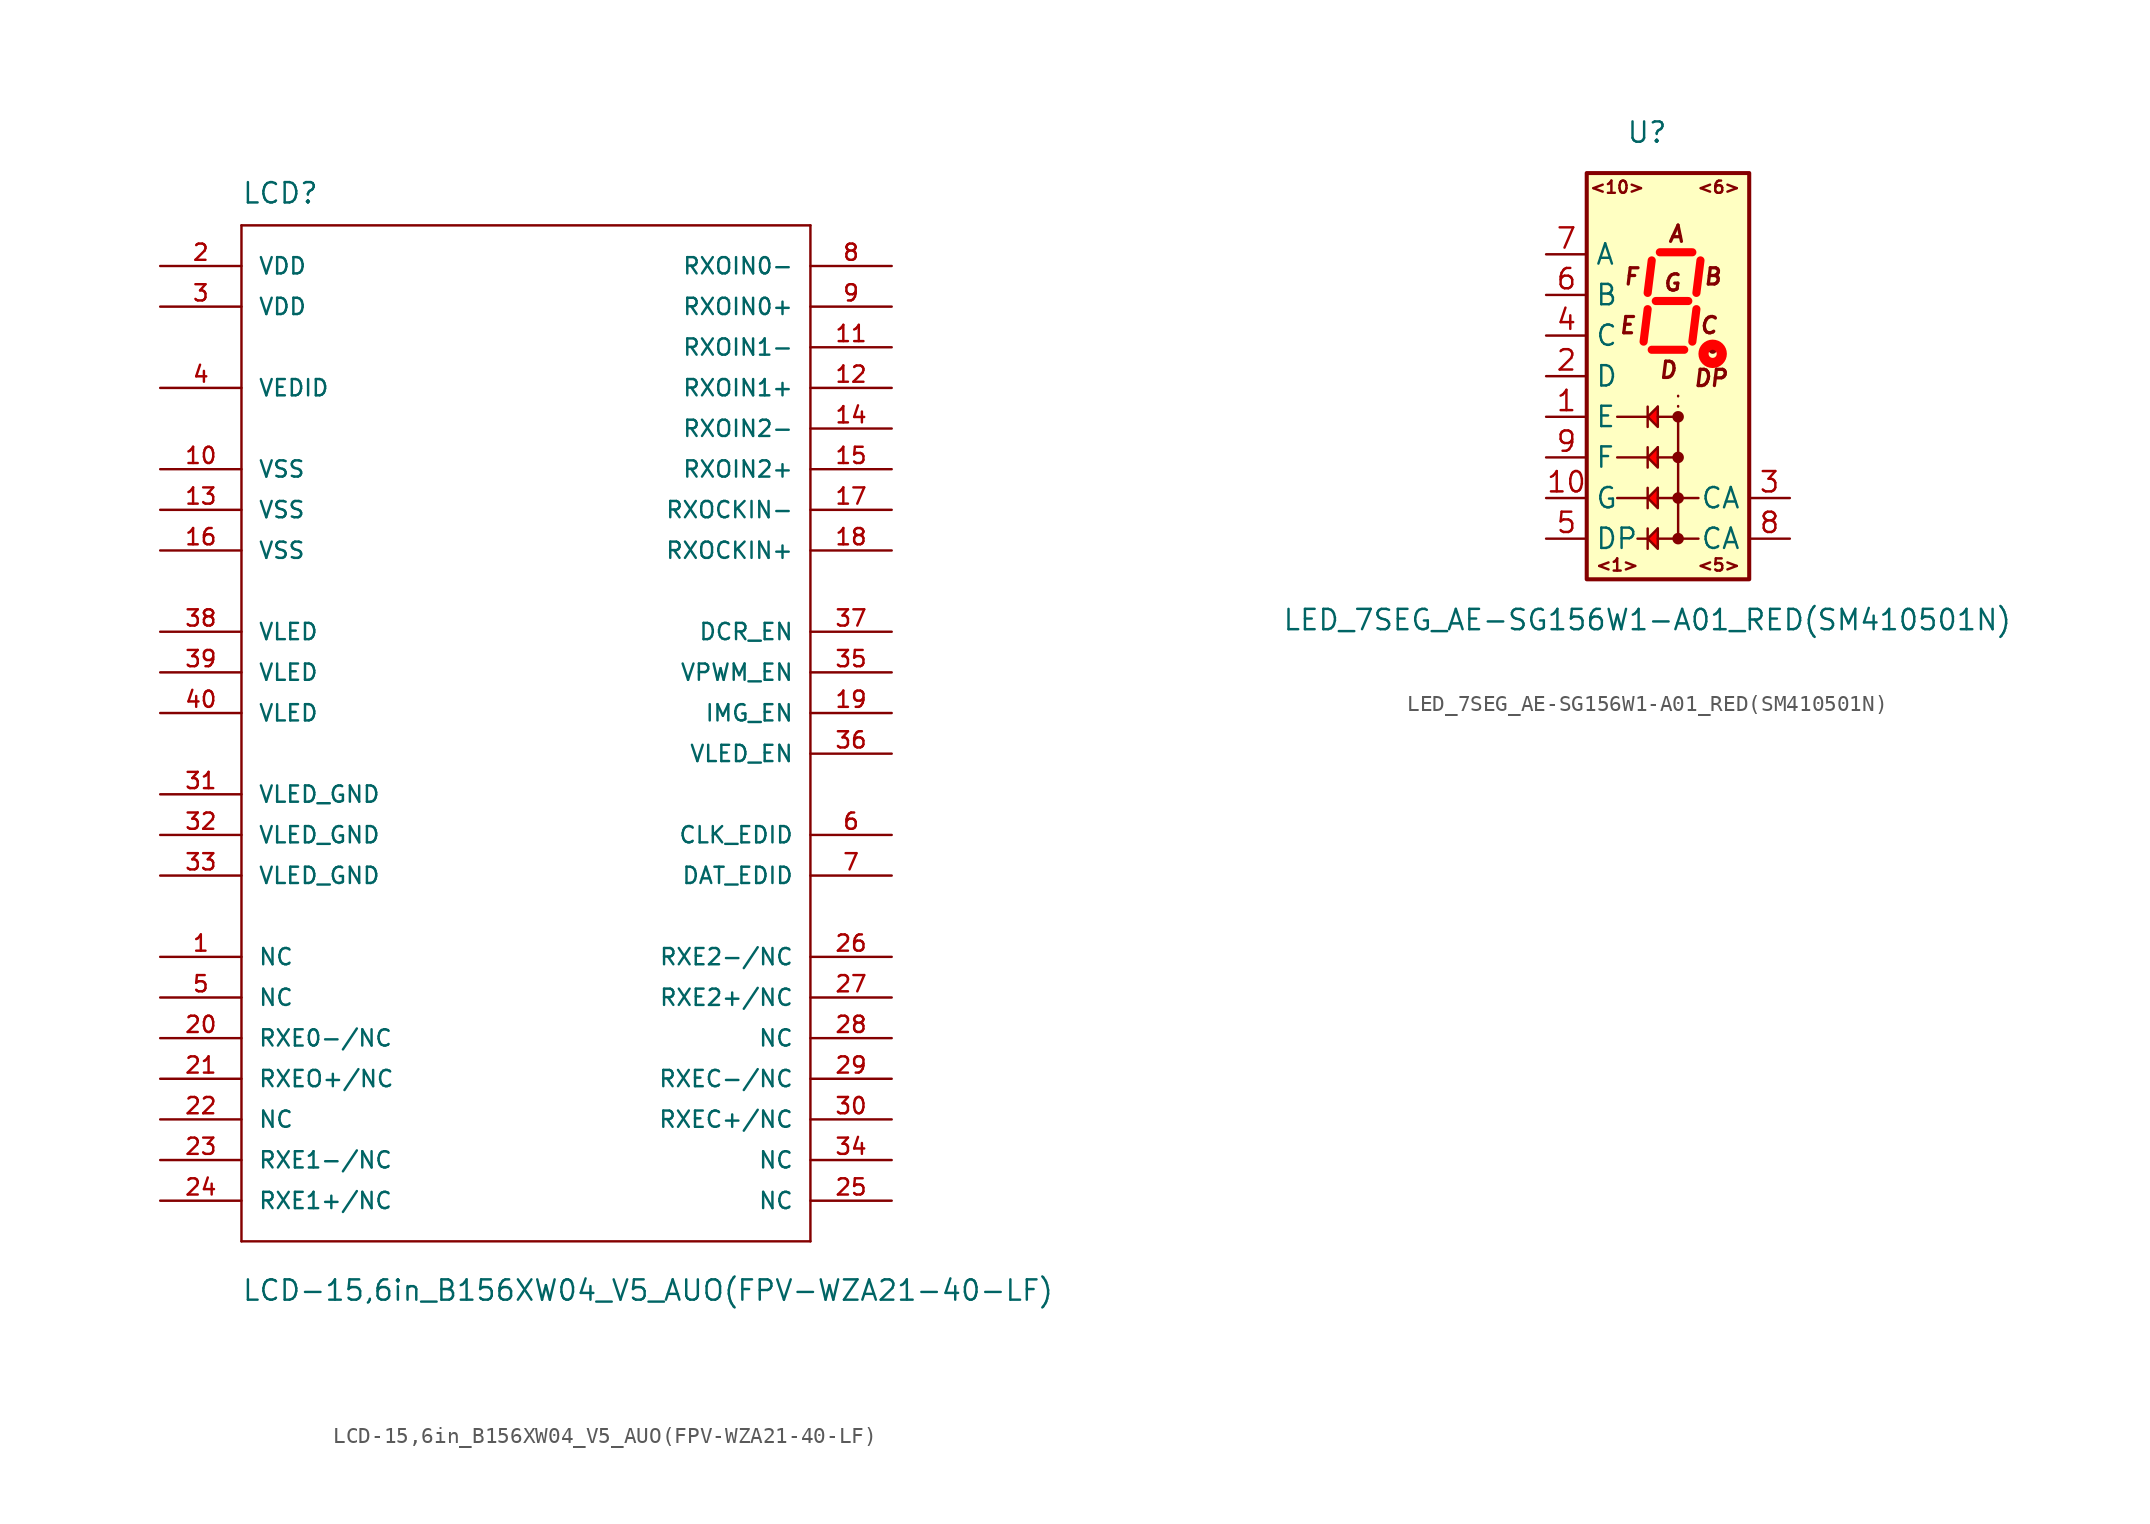
<source format=kicad_sym>
(kicad_symbol_lib
  (version 20220914)
  (generator kicad_symbol_editor)
  (symbol "LCD-15,6in_B156XW04_V5_AUO(FPV-WZA21-40-LF)"
    (pin_names
      (offset 1.016))
    (property "Reference" "LCD"
      (at -17.78 31.75 0)
      (effects (font (size 1.27 1.27)) (justify left bottom)))
    (property "Value" "LCD-15,6in_B156XW04_V5_AUO(FPV-WZA21-40-LF)"
      (at -17.78 -36.83 0)
      (effects (font (size 1.27 1.27)) (justify left bottom)))
    (property "ki_locked" ""
      (at 0 0 0)
      (effects (font (size 1.27 1.27))))
    (symbol "LCD-15,6in_B156XW04_V5_AUO(FPV-WZA21-40-LF)_1_0"
      (polyline (pts (xy -17.78 -33.02) (xy 17.78 -33.02)) (stroke (width 0) (type solid)) (fill (type none)))
      (polyline (pts (xy -17.78 30.48) (xy -17.78 -33.02)) (stroke (width 0) (type solid)) (fill (type none)))
      (polyline (pts (xy 17.78 -33.02) (xy 17.78 30.48)) (stroke (width 0) (type solid)) (fill (type none)))
      (polyline (pts (xy 17.78 30.48) (xy -17.78 30.48)) (stroke (width 0) (type solid)) (fill (type none))))
    (symbol "LCD-15,6in_B156XW04_V5_AUO(FPV-WZA21-40-LF)_1_1"
      (pin unspecified line (at -22.86 -15.24 0) (length 5.08) (name "NC" (effects (font (size 1.016 1.016)))) (number "1" (effects (font (size 1.016 1.016)))))
      (pin power_in line (at -22.86 15.24 0) (length 5.08) (name "VSS" (effects (font (size 1.016 1.016)))) (number "10" (effects (font (size 1.016 1.016)))))
      (pin input line (at 22.86 22.86 180) (length 5.08) (name "RXOIN1-" (effects (font (size 1.016 1.016)))) (number "11" (effects (font (size 1.016 1.016)))))
      (pin input line (at 22.86 20.32 180) (length 5.08) (name "RXOIN1+" (effects (font (size 1.016 1.016)))) (number "12" (effects (font (size 1.016 1.016)))))
      (pin power_in line (at -22.86 12.7 0) (length 5.08) (name "VSS" (effects (font (size 1.016 1.016)))) (number "13" (effects (font (size 1.016 1.016)))))
      (pin input line (at 22.86 17.78 180) (length 5.08) (name "RXOIN2-" (effects (font (size 1.016 1.016)))) (number "14" (effects (font (size 1.016 1.016)))))
      (pin input line (at 22.86 15.24 180) (length 5.08) (name "RXOIN2+" (effects (font (size 1.016 1.016)))) (number "15" (effects (font (size 1.016 1.016)))))
      (pin power_in line (at -22.86 10.16 0) (length 5.08) (name "VSS" (effects (font (size 1.016 1.016)))) (number "16" (effects (font (size 1.016 1.016)))))
      (pin input line (at 22.86 12.7 180) (length 5.08) (name "RXOCKIN-" (effects (font (size 1.016 1.016)))) (number "17" (effects (font (size 1.016 1.016)))))
      (pin input line (at 22.86 10.16 180) (length 5.08) (name "RXOCKIN+" (effects (font (size 1.016 1.016)))) (number "18" (effects (font (size 1.016 1.016)))))
      (pin input line (at 22.86 0 180) (length 5.08) (name "IMG_EN" (effects (font (size 1.016 1.016)))) (number "19" (effects (font (size 1.016 1.016)))))
      (pin power_in line (at -22.86 27.94 0) (length 5.08) (name "VDD" (effects (font (size 1.016 1.016)))) (number "2" (effects (font (size 1.016 1.016)))))
      (pin unspecified line (at -22.86 -20.32 0) (length 5.08) (name "RXE0-/NC" (effects (font (size 1.016 1.016)))) (number "20" (effects (font (size 1.016 1.016)))))
      (pin unspecified line (at -22.86 -22.86 0) (length 5.08) (name "RXEO+/NC" (effects (font (size 1.016 1.016)))) (number "21" (effects (font (size 1.016 1.016)))))
      (pin unspecified line (at -22.86 -25.4 0) (length 5.08) (name "NC" (effects (font (size 1.016 1.016)))) (number "22" (effects (font (size 1.016 1.016)))))
      (pin unspecified line (at -22.86 -27.94 0) (length 5.08) (name "RXE1-/NC" (effects (font (size 1.016 1.016)))) (number "23" (effects (font (size 1.016 1.016)))))
      (pin unspecified line (at -22.86 -30.48 0) (length 5.08) (name "RXE1+/NC" (effects (font (size 1.016 1.016)))) (number "24" (effects (font (size 1.016 1.016)))))
      (pin unspecified line (at 22.86 -30.48 180) (length 5.08) (name "NC" (effects (font (size 1.016 1.016)))) (number "25" (effects (font (size 1.016 1.016)))))
      (pin unspecified line (at 22.86 -15.24 180) (length 5.08) (name "RXE2-/NC" (effects (font (size 1.016 1.016)))) (number "26" (effects (font (size 1.016 1.016)))))
      (pin unspecified line (at 22.86 -17.78 180) (length 5.08) (name "RXE2+/NC" (effects (font (size 1.016 1.016)))) (number "27" (effects (font (size 1.016 1.016)))))
      (pin unspecified line (at 22.86 -20.32 180) (length 5.08) (name "NC" (effects (font (size 1.016 1.016)))) (number "28" (effects (font (size 1.016 1.016)))))
      (pin unspecified line (at 22.86 -22.86 180) (length 5.08) (name "RXEC-/NC" (effects (font (size 1.016 1.016)))) (number "29" (effects (font (size 1.016 1.016)))))
      (pin power_in line (at -22.86 25.4 0) (length 5.08) (name "VDD" (effects (font (size 1.016 1.016)))) (number "3" (effects (font (size 1.016 1.016)))))
      (pin unspecified line (at 22.86 -25.4 180) (length 5.08) (name "RXEC+/NC" (effects (font (size 1.016 1.016)))) (number "30" (effects (font (size 1.016 1.016)))))
      (pin input line (at -22.86 -5.08 0) (length 5.08) (name "VLED_GND" (effects (font (size 1.016 1.016)))) (number "31" (effects (font (size 1.016 1.016)))))
      (pin input line (at -22.86 -7.62 0) (length 5.08) (name "VLED_GND" (effects (font (size 1.016 1.016)))) (number "32" (effects (font (size 1.016 1.016)))))
      (pin input line (at -22.86 -10.16 0) (length 5.08) (name "VLED_GND" (effects (font (size 1.016 1.016)))) (number "33" (effects (font (size 1.016 1.016)))))
      (pin unspecified line (at 22.86 -27.94 180) (length 5.08) (name "NC" (effects (font (size 1.016 1.016)))) (number "34" (effects (font (size 1.016 1.016)))))
      (pin input line (at 22.86 2.54 180) (length 5.08) (name "VPWM_EN" (effects (font (size 1.016 1.016)))) (number "35" (effects (font (size 1.016 1.016)))))
      (pin input line (at 22.86 -2.54 180) (length 5.08) (name "VLED_EN" (effects (font (size 1.016 1.016)))) (number "36" (effects (font (size 1.016 1.016)))))
      (pin input line (at 22.86 5.08 180) (length 5.08) (name "DCR_EN" (effects (font (size 1.016 1.016)))) (number "37" (effects (font (size 1.016 1.016)))))
      (pin input line (at -22.86 5.08 0) (length 5.08) (name "VLED" (effects (font (size 1.016 1.016)))) (number "38" (effects (font (size 1.016 1.016)))))
      (pin input line (at -22.86 2.54 0) (length 5.08) (name "VLED" (effects (font (size 1.016 1.016)))) (number "39" (effects (font (size 1.016 1.016)))))
      (pin power_in line (at -22.86 20.32 0) (length 5.08) (name "VEDID" (effects (font (size 1.016 1.016)))) (number "4" (effects (font (size 1.016 1.016)))))
      (pin input line (at -22.86 0 0) (length 5.08) (name "VLED" (effects (font (size 1.016 1.016)))) (number "40" (effects (font (size 1.016 1.016)))))
      (pin unspecified line (at -22.86 -17.78 0) (length 5.08) (name "NC" (effects (font (size 1.016 1.016)))) (number "5" (effects (font (size 1.016 1.016)))))
      (pin input line (at 22.86 -7.62 180) (length 5.08) (name "CLK_EDID" (effects (font (size 1.016 1.016)))) (number "6" (effects (font (size 1.016 1.016)))))
      (pin input line (at 22.86 -10.16 180) (length 5.08) (name "DAT_EDID" (effects (font (size 1.016 1.016)))) (number "7" (effects (font (size 1.016 1.016)))))
      (pin input line (at 22.86 27.94 180) (length 5.08) (name "RXOIN0-" (effects (font (size 1.016 1.016)))) (number "8" (effects (font (size 1.016 1.016)))))
      (pin input line (at 22.86 25.4 180) (length 5.08) (name "RXOIN0+" (effects (font (size 1.016 1.016)))) (number "9" (effects (font (size 1.016 1.016)))))))
  (symbol "LED_7SEG_AE-SG156W1-A01_RED(SM410501N)"
    (property "Reference" "U"
      (at 0 15.24 0)
      (effects (font (size 1.27 1.27)) (justify right)))
    (property "Value" "LED_7SEG_AE-SG156W1-A01_RED(SM410501N)"
      (at -24.13 -15.24 0)
      (effects (font (size 1.27 1.27)) (justify left)))
    (symbol "LED_7SEG_AE-SG156W1-A01_RED(SM410501N)_0_1"
      (rectangle (start -5.08 12.7) (end 5.08 -12.7) (stroke (width 0.254) (type default)) (fill (type background)))
      (polyline (pts (xy 2.794 1.651) (xy 2.794 1.651)) (stroke (width 0.508) (type default)) (fill (type none))))
    (symbol "LED_7SEG_AE-SG156W1-A01_RED(SM410501N)_1_0"
      (text "A" (at 0.508 8.89 0) (effects (font (size 1.016 1.016) bold italic)))
      (text "B" (at 2.794 6.223 0) (effects (font (size 1.016 1.016) bold italic)))
      (text "C" (at 2.54 3.175 0) (effects (font (size 1.016 1.016) bold italic)))
      (text "D" (at 0 0.381 0) (effects (font (size 1.016 1.016) bold italic)))
      (text "DP" (at 2.667 -0.127 0) (effects (font (size 1.016 1.016) bold italic)))
      (text "E" (at -2.54 3.175 0) (effects (font (size 1.016 1.016) bold italic)))
      (text "F" (at -2.286 6.223 0) (effects (font (size 1.016 1.016) bold italic)))
      (text "G" (at 0.254 5.842 0) (effects (font (size 1.016 1.016) bold italic))))
    (symbol "LED_7SEG_AE-SG156W1-A01_RED(SM410501N)_1_1"
      (polyline (pts (xy -1.27 -10.16) (xy -1.905 -10.16)) (stroke (width 0) (type default)) (fill (type none)))
      (polyline (pts (xy -1.27 -9.525) (xy -1.27 -10.795)) (stroke (width 0) (type default)) (fill (type none)))
      (polyline (pts (xy -1.27 -7.62) (xy -3.175 -7.62)) (stroke (width 0) (type default)) (fill (type none)))
      (polyline (pts (xy -1.27 -6.985) (xy -1.27 -8.255)) (stroke (width 0) (type default)) (fill (type none)))
      (polyline (pts (xy -1.27 -5.08) (xy -3.175 -5.08)) (stroke (width 0) (type default)) (fill (type none)))
      (polyline (pts (xy -1.27 -4.445) (xy -1.27 -5.715)) (stroke (width 0) (type default)) (fill (type none)))
      (polyline (pts (xy -1.27 -2.54) (xy -3.175 -2.54)) (stroke (width 0) (type default)) (fill (type none)))
      (polyline (pts (xy -1.27 -1.905) (xy -1.27 -3.175)) (stroke (width 0) (type default)) (fill (type none)))
      (polyline (pts (xy -1.27 4.191) (xy -1.524 2.159)) (stroke (width 0.508) (type default) (color 255 0 0 1)) (fill (type none)))
      (polyline (pts (xy -1.016 1.651) (xy 1.016 1.651)) (stroke (width 0.508) (type default) (color 255 0 0 1)) (fill (type none)))
      (polyline (pts (xy -1.016 7.239) (xy -1.27 5.207)) (stroke (width 0.508) (type default) (color 255 0 0 1)) (fill (type none)))
      (polyline (pts (xy -0.762 4.699) (xy 1.27 4.699)) (stroke (width 0.508) (type default) (color 255 0 0 1)) (fill (type none)))
      (polyline (pts (xy -0.508 7.747) (xy 1.524 7.747)) (stroke (width 0.508) (type default) (color 255 0 0 1)) (fill (type none)))
      (polyline (pts (xy 0.635 -7.62) (xy 0.635 -5.08)) (stroke (width 0) (type default)) (fill (type none)))
      (polyline (pts (xy 0.635 -2.54) (xy 0.635 -5.08)) (stroke (width 0) (type default)) (fill (type none)))
      (polyline (pts (xy 0.635 -2.54) (xy 0.635 -0.635)) (stroke (width 0) (type dot)) (fill (type none)))
      (polyline (pts (xy 1.778 4.191) (xy 1.524 2.159)) (stroke (width 0.508) (type default) (color 255 0 0 1)) (fill (type none)))
      (polyline (pts (xy 2.032 7.239) (xy 1.778 5.207)) (stroke (width 0.508) (type default) (color 255 0 0 1)) (fill (type none)))
      (polyline (pts (xy 0.635 -10.16) (xy -0.635 -10.16) (xy -0.635 -9.525)) (stroke (width 0) (type default)) (fill (type none)))
      (polyline (pts (xy 0.635 -7.62) (xy -0.635 -7.62) (xy -0.635 -6.985)) (stroke (width 0) (type default)) (fill (type none)))
      (polyline (pts (xy 0.635 -5.08) (xy -0.635 -5.08) (xy -0.635 -4.445)) (stroke (width 0) (type default)) (fill (type none)))
      (polyline (pts (xy 0.635 -2.54) (xy -0.635 -2.54) (xy -0.635 -1.905)) (stroke (width 0) (type default)) (fill (type none)))
      (polyline (pts (xy -0.635 -10.16) (xy -0.635 -10.795) (xy -1.27 -10.16) (xy -0.635 -9.525)) (stroke (width 0) (type default)) (fill (type color) (color 255 0 0 1)))
      (polyline (pts (xy -0.635 -7.62) (xy -0.635 -8.255) (xy -1.27 -7.62) (xy -0.635 -6.985)) (stroke (width 0) (type default)) (fill (type color) (color 255 0 0 1)))
      (polyline (pts (xy -0.635 -5.08) (xy -0.635 -5.715) (xy -1.27 -5.08) (xy -0.635 -4.445)) (stroke (width 0) (type default)) (fill (type color) (color 255 0 0 1)))
      (polyline (pts (xy -0.635 -2.54) (xy -0.635 -3.175) (xy -1.27 -2.54) (xy -0.635 -1.905)) (stroke (width 0) (type default)) (fill (type color) (color 255 0 0 1)))
      (polyline (pts (xy 1.905 -7.62) (xy 0.635 -7.62) (xy 0.635 -10.16) (xy 1.905 -10.16)) (stroke (width 0) (type default)) (fill (type none)))
      (circle (center 0.635 -10.16) (radius 0.284) (stroke (width 0) (type default)) (fill (type outline)))
      (circle (center 0.635 -7.62) (radius 0.284) (stroke (width 0) (type default)) (fill (type outline)))
      (circle (center 0.635 -5.08) (radius 0.284) (stroke (width 0) (type default)) (fill (type outline)))
      (circle (center 0.635 -2.54) (radius 0.284) (stroke (width 0) (type default)) (fill (type outline)))
      (circle (center 2.794 1.397) (radius 0.254) (stroke (width 0.635) (type default) (color 255 0 0 1)) (fill (type none)))
      (text "<10>" (at -3.175 11.811 0) (effects (font (size 0.762 0.762))))
      (text "<1>" (at -3.175 -11.811 0) (effects (font (size 0.762 0.762))))
      (text "<5>" (at 3.175 -11.811 0) (effects (font (size 0.762 0.762))))
      (text "<6>" (at 3.175 11.811 0) (effects (font (size 0.762 0.762))))
      (pin input line (at -7.62 -2.54 0) (length 2.54) (name "E" (effects (font (size 1.27 1.27)))) (number "1" (effects (font (size 1.27 1.27)))))
      (pin input line (at -7.62 -7.62 0) (length 2.54) (name "G" (effects (font (size 1.27 1.27)))) (number "10" (effects (font (size 1.27 1.27)))))
      (pin input line (at -7.62 0 0) (length 2.54) (name "D" (effects (font (size 1.27 1.27)))) (number "2" (effects (font (size 1.27 1.27)))))
      (pin input line (at 7.62 -7.62 180) (length 2.54) (name "CA" (effects (font (size 1.27 1.27)))) (number "3" (effects (font (size 1.27 1.27)))))
      (pin input line (at -7.62 2.54 0) (length 2.54) (name "C" (effects (font (size 1.27 1.27)))) (number "4" (effects (font (size 1.27 1.27)))))
      (pin input line (at -7.62 -10.16 0) (length 2.54) (name "DP" (effects (font (size 1.27 1.27)))) (number "5" (effects (font (size 1.27 1.27)))))
      (pin input line (at -7.62 5.08 0) (length 2.54) (name "B" (effects (font (size 1.27 1.27)))) (number "6" (effects (font (size 1.27 1.27)))))
      (pin input line (at -7.62 7.62 0) (length 2.54) (name "A" (effects (font (size 1.27 1.27)))) (number "7" (effects (font (size 1.27 1.27)))))
      (pin input line (at 7.62 -10.16 180) (length 2.54) (name "CA" (effects (font (size 1.27 1.27)))) (number "8" (effects (font (size 1.27 1.27)))))
      (pin input line (at -7.62 -5.08 0) (length 2.54) (name "F" (effects (font (size 1.27 1.27)))) (number "9" (effects (font (size 1.27 1.27))))))))
</source>
